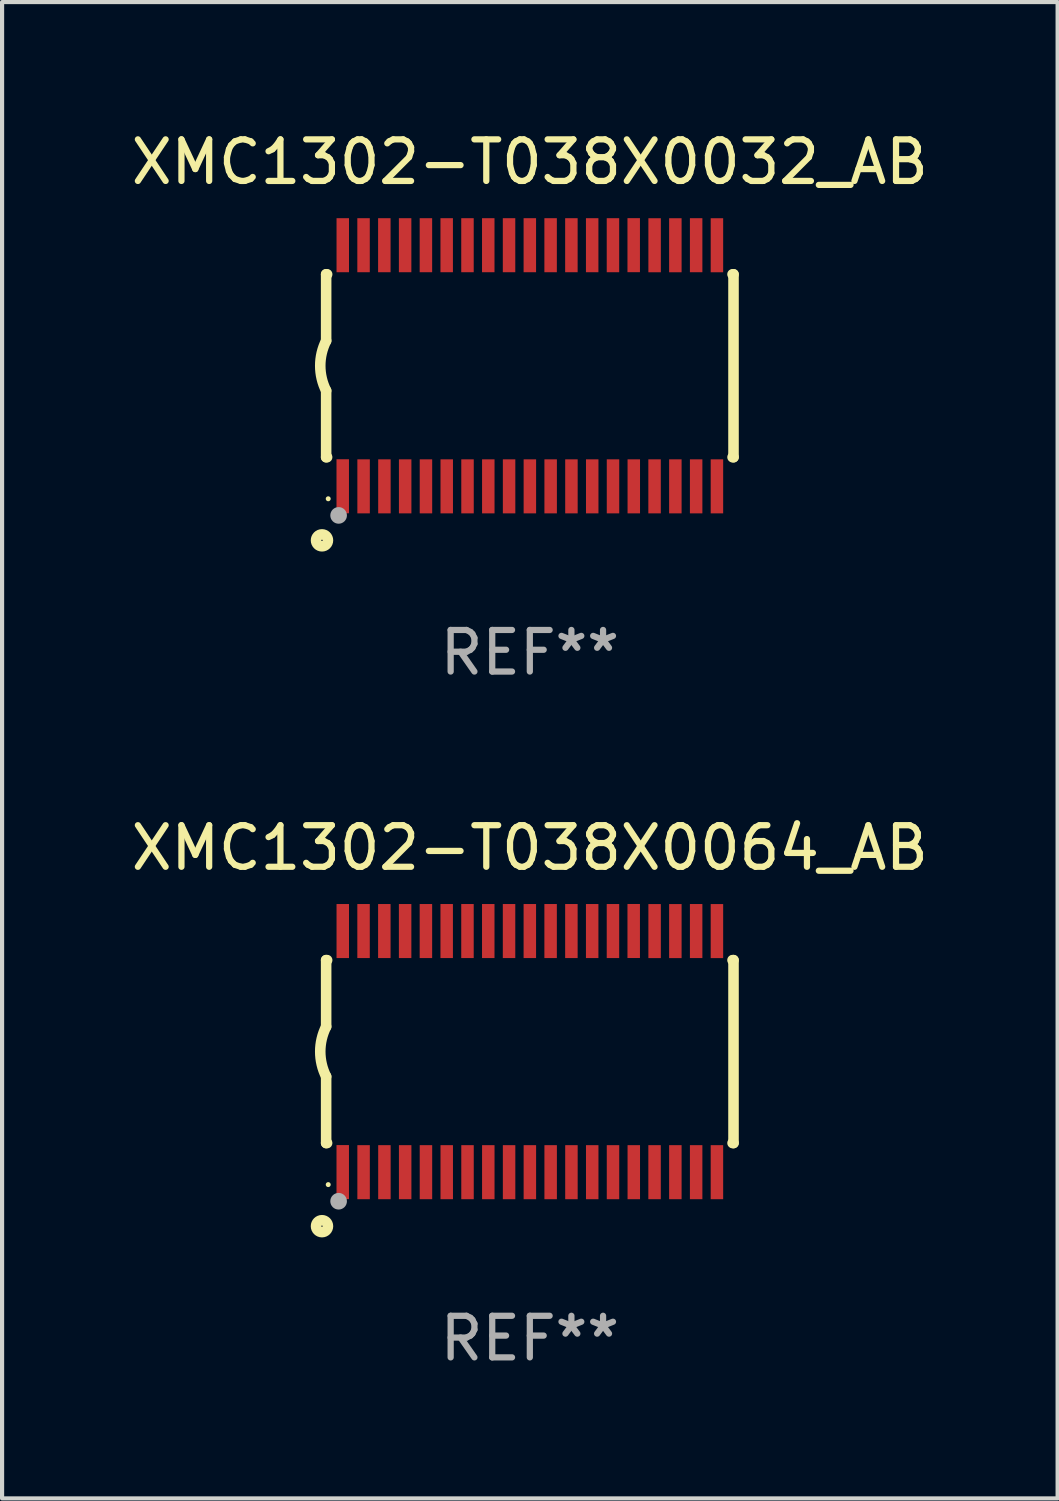
<source format=kicad_pcb>
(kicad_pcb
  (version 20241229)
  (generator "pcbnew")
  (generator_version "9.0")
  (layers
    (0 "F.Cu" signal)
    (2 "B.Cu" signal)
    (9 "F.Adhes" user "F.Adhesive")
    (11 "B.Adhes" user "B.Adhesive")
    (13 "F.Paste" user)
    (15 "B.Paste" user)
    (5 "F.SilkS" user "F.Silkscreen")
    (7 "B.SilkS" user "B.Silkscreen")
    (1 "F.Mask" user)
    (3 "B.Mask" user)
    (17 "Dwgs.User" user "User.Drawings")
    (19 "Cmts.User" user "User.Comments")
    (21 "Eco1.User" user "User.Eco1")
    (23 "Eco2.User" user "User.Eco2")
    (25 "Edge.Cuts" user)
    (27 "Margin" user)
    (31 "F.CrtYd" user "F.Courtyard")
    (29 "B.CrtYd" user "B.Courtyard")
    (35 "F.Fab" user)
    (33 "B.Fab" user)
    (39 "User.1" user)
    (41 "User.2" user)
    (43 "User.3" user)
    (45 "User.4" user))
  (footprint "XMC1302-T038X0032_AB"
    (layer "F.Cu")
    (at 9.696 5.749)
    (property "Reference" "XMC1302-T038X0032_AB" (at 0 -4.901 0) (layer "F.SilkS") (effects (font (size 1 1) (thickness 0.15))))
    (attr through_hole)
    (fp_line (start -4.9 -2.2) (end -4.9 -0.6) (stroke (width 0.254) (type solid)) (layer "F.SilkS"))
    (fp_line (start -4.9 -2.2) (end -4.876 -2.2) (stroke (width 0.254) (type solid)) (layer "F.SilkS"))
    (fp_line (start -4.9 2.2) (end -4.9 0.6) (stroke (width 0.254) (type solid)) (layer "F.SilkS"))
    (fp_line (start -4.9 2.2) (end -4.877 2.2) (stroke (width 0.254) (type solid)) (layer "F.SilkS"))
    (fp_line (start 4.876 -2.2) (end 4.9 -2.2) (stroke (width 0.254) (type solid)) (layer "F.SilkS"))
    (fp_line (start 4.877 2.2) (end 4.9 2.2) (stroke (width 0.254) (type solid)) (layer "F.SilkS"))
    (fp_line (start 4.9 -2.2) (end 4.9 2.2) (stroke (width 0.254) (type solid)) (layer "F.SilkS"))
    (fp_arc (start -4.900051 0.599822) (mid -5.041652 -0.000095) (end -4.9 -0.6) (stroke (width 0.254001) (type solid)) (layer "F.SilkS"))
    (fp_circle (center -5 4.2) (end -4.857 4.2) (stroke (width 0.254) (type solid)) (fill no) (layer "F.SilkS"))
    (fp_circle (center -4.85 3.2) (end -4.82 3.2) (stroke (width 0.06) (type solid)) (fill no) (layer "F.SilkS"))
    (fp_circle (center -4.6 3.6) (end -4.5 3.6) (stroke (width 0.2) (type solid)) (fill no) (layer "F.Fab"))
    (fp_text user "REF**" (at 0 6.901 0) (layer "F.Fab") (effects (font (size 1 1) (thickness 0.15))))
    (pad "1" smd rect (at -4.501 2.899 90) (size 1.3 0.3) (layers "F.Cu" "F.Mask" "F.Paste"))
    (pad "2" smd rect (at -3.999 2.901 90) (size 1.3 0.3) (layers "F.Cu" "F.Mask" "F.Paste"))
    (pad "3" smd rect (at -3.498 2.901 90) (size 1.3 0.3) (layers "F.Cu" "F.Mask" "F.Paste"))
    (pad "4" smd rect (at -2.999 2.901 90) (size 1.3 0.3) (layers "F.Cu" "F.Mask" "F.Paste"))
    (pad "5" smd rect (at -2.499 2.901 90) (size 1.3 0.3) (layers "F.Cu" "F.Mask" "F.Paste"))
    (pad "6" smd rect (at -1.999 2.901 90) (size 1.3 0.3) (layers "F.Cu" "F.Mask" "F.Paste"))
    (pad "7" smd rect (at -1.499 2.901 90) (size 1.3 0.3) (layers "F.Cu" "F.Mask" "F.Paste"))
    (pad "8" smd rect (at -0.999 2.901 90) (size 1.3 0.3) (layers "F.Cu" "F.Mask" "F.Paste"))
    (pad "9" smd rect (at -0.499 2.901 90) (size 1.3 0.3) (layers "F.Cu" "F.Mask" "F.Paste"))
    (pad "10" smd rect (at 0.001 2.901 90) (size 1.3 0.3) (layers "F.Cu" "F.Mask" "F.Paste"))
    (pad "11" smd rect (at 0.501 2.901 90) (size 1.3 0.3) (layers "F.Cu" "F.Mask" "F.Paste"))
    (pad "12" smd rect (at 1.001 2.901 90) (size 1.3 0.3) (layers "F.Cu" "F.Mask" "F.Paste"))
    (pad "13" smd rect (at 1.501 2.901 90) (size 1.3 0.3) (layers "F.Cu" "F.Mask" "F.Paste"))
    (pad "14" smd rect (at 2.001 2.901 90) (size 1.3 0.3) (layers "F.Cu" "F.Mask" "F.Paste"))
    (pad "15" smd rect (at 2.501 2.901 90) (size 1.3 0.3) (layers "F.Cu" "F.Mask" "F.Paste"))
    (pad "16" smd rect (at 3.001 2.901 90) (size 1.3 0.3) (layers "F.Cu" "F.Mask" "F.Paste"))
    (pad "17" smd rect (at 3.501 2.901 90) (size 1.3 0.3) (layers "F.Cu" "F.Mask" "F.Paste"))
    (pad "18" smd rect (at 4.001 2.901 90) (size 1.3 0.3) (layers "F.Cu" "F.Mask" "F.Paste"))
    (pad "19" smd rect (at 4.501 2.901 90) (size 1.3 0.3) (layers "F.Cu" "F.Mask" "F.Paste"))
    (pad "20" smd rect (at 4.501 -2.899 90) (size 1.3 0.3) (layers "F.Cu" "F.Mask" "F.Paste"))
    (pad "21" smd rect (at 4.001 -2.9 90) (size 1.3 0.3) (layers "F.Cu" "F.Mask" "F.Paste"))
    (pad "22" smd rect (at 3.501 -2.899 90) (size 1.3 0.3) (layers "F.Cu" "F.Mask" "F.Paste"))
    (pad "23" smd rect (at 3.002 -2.899 90) (size 1.3 0.3) (layers "F.Cu" "F.Mask" "F.Paste"))
    (pad "24" smd rect (at 2.499 -2.901 90) (size 1.3 0.3) (layers "F.Cu" "F.Mask" "F.Paste"))
    (pad "25" smd rect (at 2 -2.9 90) (size 1.3 0.3) (layers "F.Cu" "F.Mask" "F.Paste"))
    (pad "26" smd rect (at 1.5 -2.9 90) (size 1.3 0.3) (layers "F.Cu" "F.Mask" "F.Paste"))
    (pad "27" smd rect (at 1 -2.9 90) (size 1.3 0.3) (layers "F.Cu" "F.Mask" "F.Paste"))
    (pad "28" smd rect (at 0.5 -2.9 90) (size 1.3 0.3) (layers "F.Cu" "F.Mask" "F.Paste"))
    (pad "29" smd rect (at 0.000127 -2.9 90) (size 1.3 0.3) (layers "F.Cu" "F.Mask" "F.Paste"))
    (pad "30" smd rect (at -0.5 -2.9 90) (size 1.3 0.3) (layers "F.Cu" "F.Mask" "F.Paste"))
    (pad "31" smd rect (at -1 -2.9 90) (size 1.3 0.3) (layers "F.Cu" "F.Mask" "F.Paste"))
    (pad "32" smd rect (at -1.5 -2.9 90) (size 1.3 0.3) (layers "F.Cu" "F.Mask" "F.Paste"))
    (pad "33" smd rect (at -2 -2.9 90) (size 1.3 0.3) (layers "F.Cu" "F.Mask" "F.Paste"))
    (pad "34" smd rect (at -2.5 -2.9 90) (size 1.3 0.3) (layers "F.Cu" "F.Mask" "F.Paste"))
    (pad "35" smd rect (at -3 -2.9 90) (size 1.3 0.3) (layers "F.Cu" "F.Mask" "F.Paste"))
    (pad "36" smd rect (at -3.5 -2.9 90) (size 1.3 0.3) (layers "F.Cu" "F.Mask" "F.Paste"))
    (pad "37" smd rect (at -4 -2.9 90) (size 1.3 0.3) (layers "F.Cu" "F.Mask" "F.Paste"))
    (pad "38" smd rect (at -4.5 -2.9 90) (size 1.3 0.3) (layers "F.Cu" "F.Mask" "F.Paste")))
  (footprint "XMC1302-T038X0064_AB"
    (layer "F.Cu")
    (at 9.696 22.248)
    (property "Reference" "XMC1302-T038X0064_AB" (at 0 -4.901 0) (layer "F.SilkS") (effects (font (size 1 1) (thickness 0.15))))
    (attr through_hole)
    (fp_line (start -4.9 -2.2) (end -4.9 -0.6) (stroke (width 0.254) (type solid)) (layer "F.SilkS"))
    (fp_line (start -4.9 -2.2) (end -4.876 -2.2) (stroke (width 0.254) (type solid)) (layer "F.SilkS"))
    (fp_line (start -4.9 2.2) (end -4.9 0.6) (stroke (width 0.254) (type solid)) (layer "F.SilkS"))
    (fp_line (start -4.9 2.2) (end -4.877 2.2) (stroke (width 0.254) (type solid)) (layer "F.SilkS"))
    (fp_line (start 4.876 -2.2) (end 4.9 -2.2) (stroke (width 0.254) (type solid)) (layer "F.SilkS"))
    (fp_line (start 4.877 2.2) (end 4.9 2.2) (stroke (width 0.254) (type solid)) (layer "F.SilkS"))
    (fp_line (start 4.9 -2.2) (end 4.9 2.2) (stroke (width 0.254) (type solid)) (layer "F.SilkS"))
    (fp_arc (start -4.900051 0.599822) (mid -5.041652 -0.000095) (end -4.9 -0.6) (stroke (width 0.254001) (type solid)) (layer "F.SilkS"))
    (fp_circle (center -5 4.2) (end -4.857 4.2) (stroke (width 0.254) (type solid)) (fill no) (layer "F.SilkS"))
    (fp_circle (center -4.85 3.2) (end -4.82 3.2) (stroke (width 0.06) (type solid)) (fill no) (layer "F.SilkS"))
    (fp_circle (center -4.6 3.6) (end -4.5 3.6) (stroke (width 0.2) (type solid)) (fill no) (layer "F.Fab"))
    (fp_text user "REF**" (at 0 6.901 0) (layer "F.Fab") (effects (font (size 1 1) (thickness 0.15))))
    (pad "1" smd rect (at -4.501 2.899 90) (size 1.3 0.3) (layers "F.Cu" "F.Mask" "F.Paste"))
    (pad "2" smd rect (at -3.999 2.901 90) (size 1.3 0.3) (layers "F.Cu" "F.Mask" "F.Paste"))
    (pad "3" smd rect (at -3.498 2.901 90) (size 1.3 0.3) (layers "F.Cu" "F.Mask" "F.Paste"))
    (pad "4" smd rect (at -2.999 2.901 90) (size 1.3 0.3) (layers "F.Cu" "F.Mask" "F.Paste"))
    (pad "5" smd rect (at -2.499 2.901 90) (size 1.3 0.3) (layers "F.Cu" "F.Mask" "F.Paste"))
    (pad "6" smd rect (at -1.999 2.901 90) (size 1.3 0.3) (layers "F.Cu" "F.Mask" "F.Paste"))
    (pad "7" smd rect (at -1.499 2.901 90) (size 1.3 0.3) (layers "F.Cu" "F.Mask" "F.Paste"))
    (pad "8" smd rect (at -0.999 2.901 90) (size 1.3 0.3) (layers "F.Cu" "F.Mask" "F.Paste"))
    (pad "9" smd rect (at -0.499 2.901 90) (size 1.3 0.3) (layers "F.Cu" "F.Mask" "F.Paste"))
    (pad "10" smd rect (at 0.001 2.901 90) (size 1.3 0.3) (layers "F.Cu" "F.Mask" "F.Paste"))
    (pad "11" smd rect (at 0.501 2.901 90) (size 1.3 0.3) (layers "F.Cu" "F.Mask" "F.Paste"))
    (pad "12" smd rect (at 1.001 2.901 90) (size 1.3 0.3) (layers "F.Cu" "F.Mask" "F.Paste"))
    (pad "13" smd rect (at 1.501 2.901 90) (size 1.3 0.3) (layers "F.Cu" "F.Mask" "F.Paste"))
    (pad "14" smd rect (at 2.001 2.901 90) (size 1.3 0.3) (layers "F.Cu" "F.Mask" "F.Paste"))
    (pad "15" smd rect (at 2.501 2.901 90) (size 1.3 0.3) (layers "F.Cu" "F.Mask" "F.Paste"))
    (pad "16" smd rect (at 3.001 2.901 90) (size 1.3 0.3) (layers "F.Cu" "F.Mask" "F.Paste"))
    (pad "17" smd rect (at 3.501 2.901 90) (size 1.3 0.3) (layers "F.Cu" "F.Mask" "F.Paste"))
    (pad "18" smd rect (at 4.001 2.901 90) (size 1.3 0.3) (layers "F.Cu" "F.Mask" "F.Paste"))
    (pad "19" smd rect (at 4.501 2.901 90) (size 1.3 0.3) (layers "F.Cu" "F.Mask" "F.Paste"))
    (pad "20" smd rect (at 4.501 -2.899 90) (size 1.3 0.3) (layers "F.Cu" "F.Mask" "F.Paste"))
    (pad "21" smd rect (at 4.001 -2.9 90) (size 1.3 0.3) (layers "F.Cu" "F.Mask" "F.Paste"))
    (pad "22" smd rect (at 3.501 -2.899 90) (size 1.3 0.3) (layers "F.Cu" "F.Mask" "F.Paste"))
    (pad "23" smd rect (at 3.002 -2.899 90) (size 1.3 0.3) (layers "F.Cu" "F.Mask" "F.Paste"))
    (pad "24" smd rect (at 2.499 -2.901 90) (size 1.3 0.3) (layers "F.Cu" "F.Mask" "F.Paste"))
    (pad "25" smd rect (at 2 -2.9 90) (size 1.3 0.3) (layers "F.Cu" "F.Mask" "F.Paste"))
    (pad "26" smd rect (at 1.5 -2.9 90) (size 1.3 0.3) (layers "F.Cu" "F.Mask" "F.Paste"))
    (pad "27" smd rect (at 1 -2.9 90) (size 1.3 0.3) (layers "F.Cu" "F.Mask" "F.Paste"))
    (pad "28" smd rect (at 0.5 -2.9 90) (size 1.3 0.3) (layers "F.Cu" "F.Mask" "F.Paste"))
    (pad "29" smd rect (at 0.000127 -2.9 90) (size 1.3 0.3) (layers "F.Cu" "F.Mask" "F.Paste"))
    (pad "30" smd rect (at -0.5 -2.9 90) (size 1.3 0.3) (layers "F.Cu" "F.Mask" "F.Paste"))
    (pad "31" smd rect (at -1 -2.9 90) (size 1.3 0.3) (layers "F.Cu" "F.Mask" "F.Paste"))
    (pad "32" smd rect (at -1.5 -2.9 90) (size 1.3 0.3) (layers "F.Cu" "F.Mask" "F.Paste"))
    (pad "33" smd rect (at -2 -2.9 90) (size 1.3 0.3) (layers "F.Cu" "F.Mask" "F.Paste"))
    (pad "34" smd rect (at -2.5 -2.9 90) (size 1.3 0.3) (layers "F.Cu" "F.Mask" "F.Paste"))
    (pad "35" smd rect (at -3 -2.9 90) (size 1.3 0.3) (layers "F.Cu" "F.Mask" "F.Paste"))
    (pad "36" smd rect (at -3.5 -2.9 90) (size 1.3 0.3) (layers "F.Cu" "F.Mask" "F.Paste"))
    (pad "37" smd rect (at -4 -2.9 90) (size 1.3 0.3) (layers "F.Cu" "F.Mask" "F.Paste"))
    (pad "38" smd rect (at -4.5 -2.9 90) (size 1.3 0.3) (layers "F.Cu" "F.Mask" "F.Paste")))
  (gr_rect
    (start -3 -3)
    (end 22.393 32.997)
    (stroke (width 0.1) (type default))
    (fill no)
    (layer "Edge.Cuts")))
</source>
